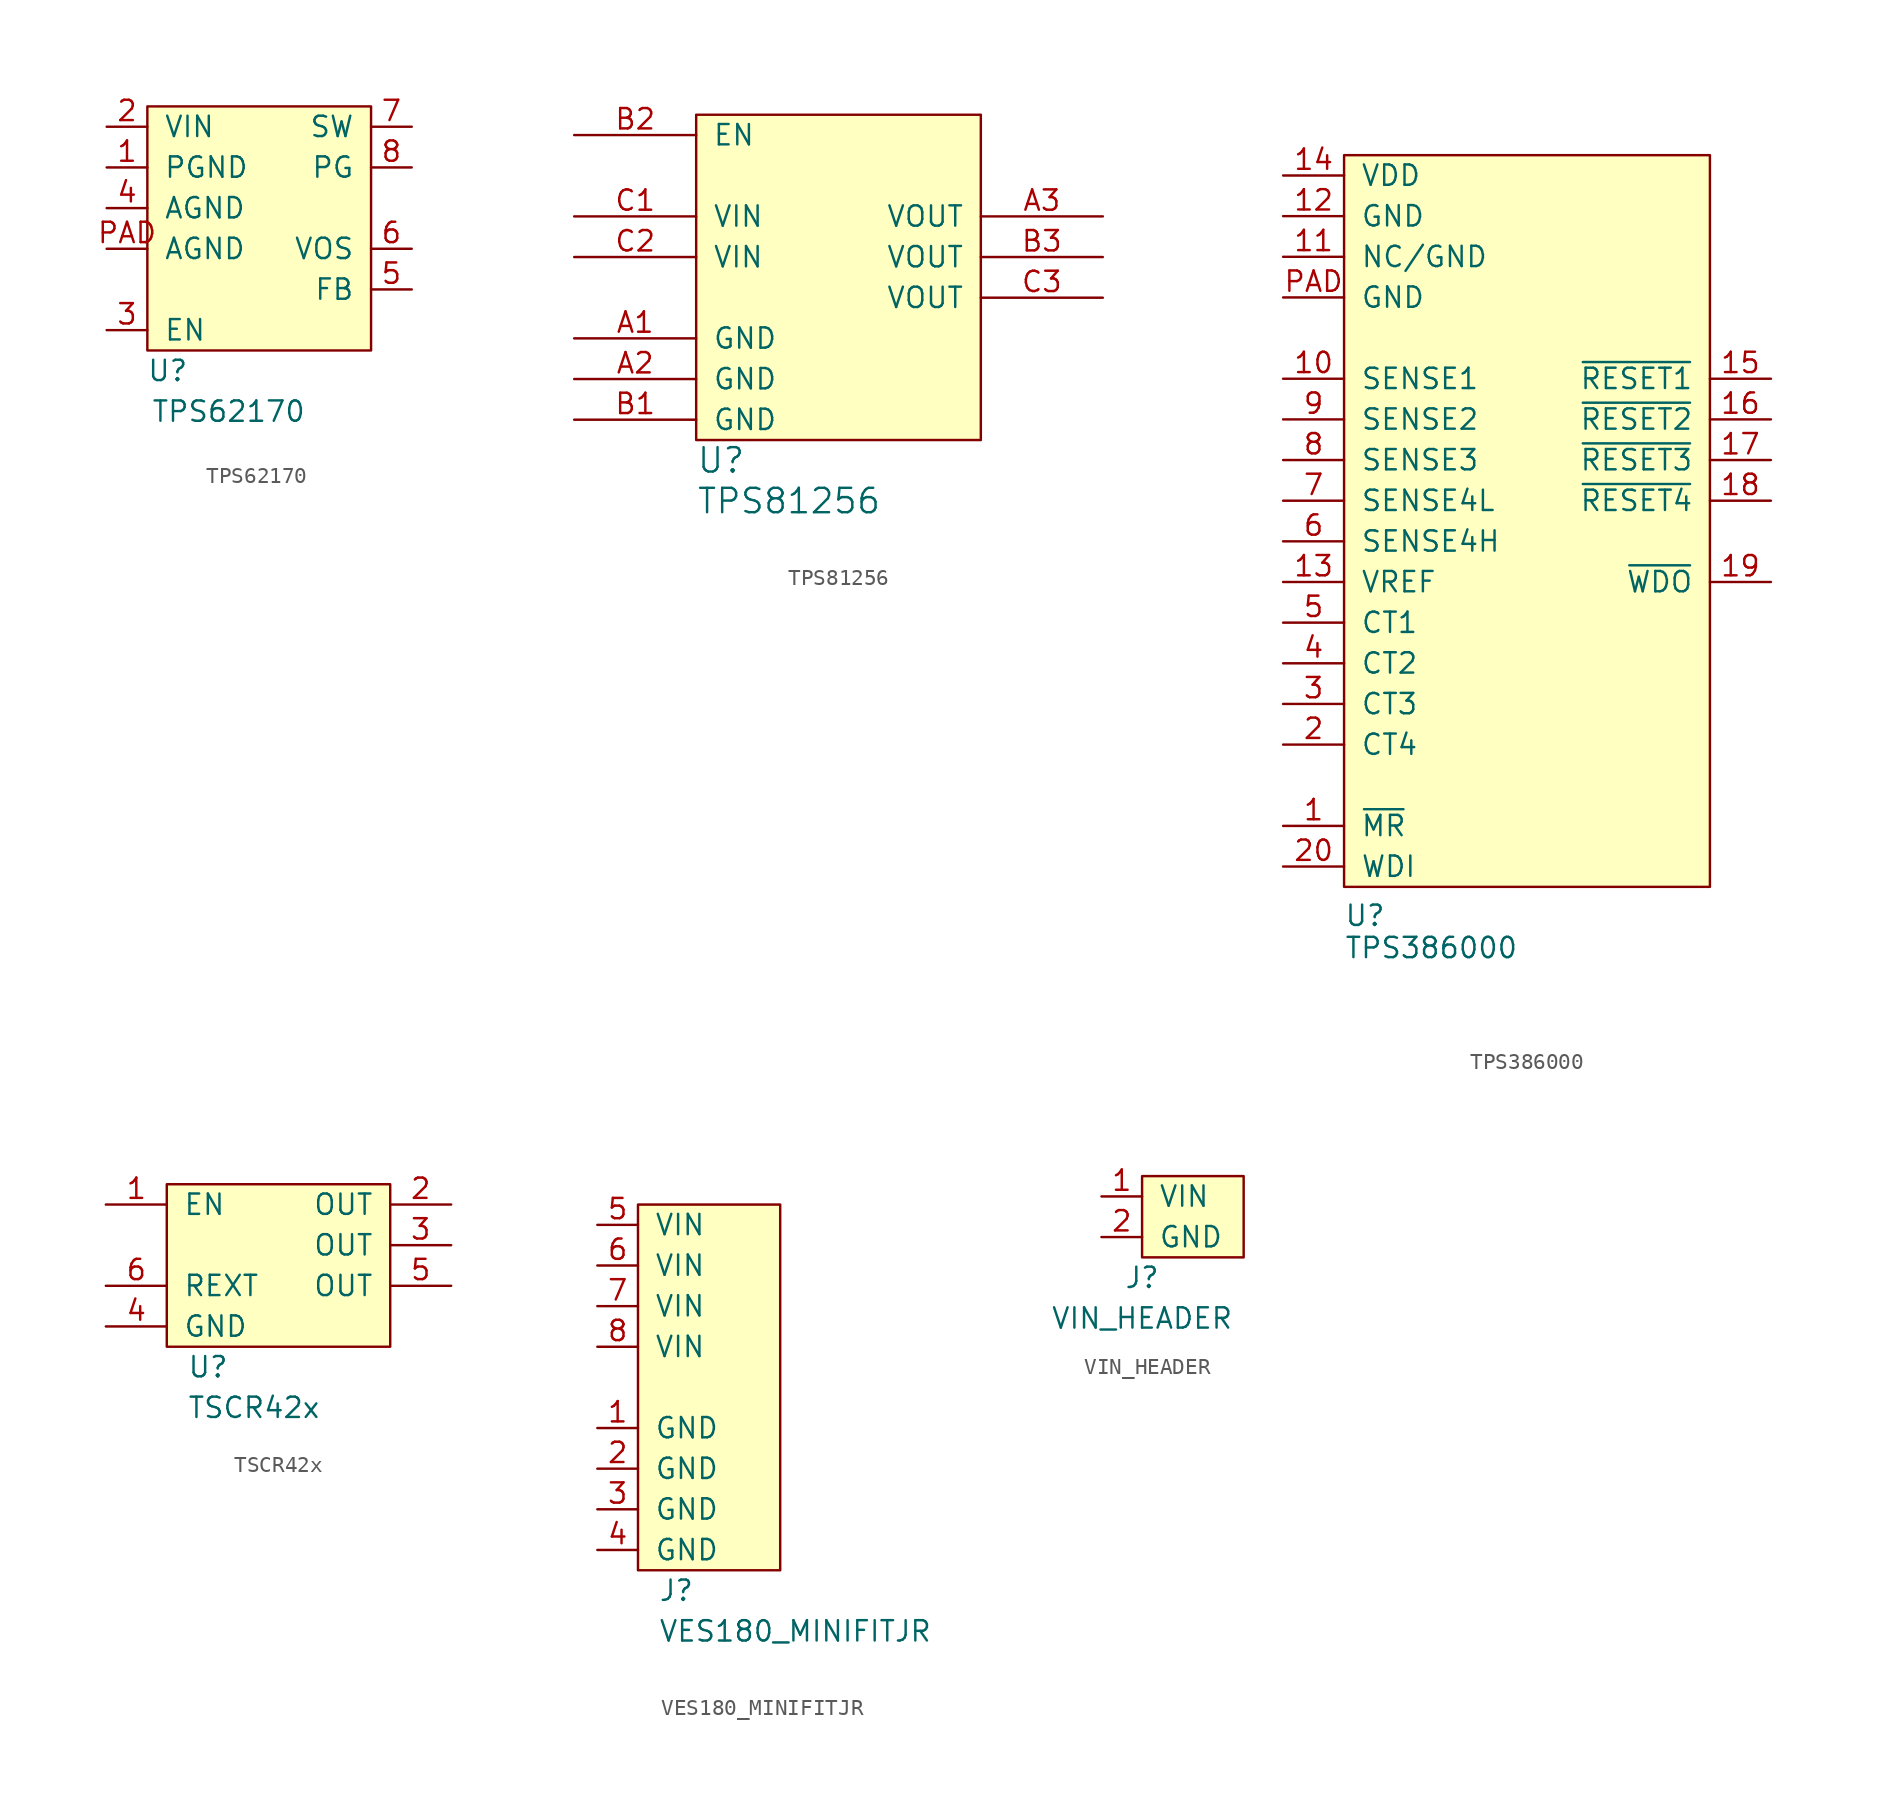
<source format=kicad_sym>
(kicad_symbol_lib
  (version 20231120)
  (generator "kicad_symbol_editor")
  (generator_version "8.0")
  (symbol "TPS62170"
    (pin_names
      (offset 1.016))
    (property "Reference" "U"
      (at 1.27 -1.27 0)
      (effects (font (size 1.27 1.27))))
    (property "Value" "TPS62170"
      (at 5.08 -3.81 0)
      (effects (font (size 1.27 1.27))))
    (symbol "TPS62170_0_1"
      (rectangle (start 0 15.24) (end 13.97 0) (stroke (width 0) (type default)) (fill (type background))))
    (symbol "TPS62170_1_1"
      (pin power_in line (at -2.54 11.43 0) (length 2.54) (name "PGND" (effects (font (size 1.27 1.27)))) (number "1" (effects (font (size 1.27 1.27)))))
      (pin power_in line (at -2.54 13.97 0) (length 2.54) (name "VIN" (effects (font (size 1.27 1.27)))) (number "2" (effects (font (size 1.27 1.27)))))
      (pin input line (at -2.54 1.27 0) (length 2.54) (name "EN" (effects (font (size 1.27 1.27)))) (number "3" (effects (font (size 1.27 1.27)))))
      (pin power_in line (at -2.54 8.89 0) (length 2.54) (name "AGND" (effects (font (size 1.27 1.27)))) (number "4" (effects (font (size 1.27 1.27)))))
      (pin input line (at 16.51 3.81 180) (length 2.54) (name "FB" (effects (font (size 1.27 1.27)))) (number "5" (effects (font (size 1.27 1.27)))))
      (pin input line (at 16.51 6.35 180) (length 2.54) (name "VOS" (effects (font (size 1.27 1.27)))) (number "6" (effects (font (size 1.27 1.27)))))
      (pin output line (at 16.51 13.97 180) (length 2.54) (name "SW" (effects (font (size 1.27 1.27)))) (number "7" (effects (font (size 1.27 1.27)))))
      (pin open_collector line (at 16.51 11.43 180) (length 2.54) (name "PG" (effects (font (size 1.27 1.27)))) (number "8" (effects (font (size 1.27 1.27)))))
      (pin input line (at -2.54 6.35 0) (length 2.54) (name "AGND" (effects (font (size 1.27 1.27)))) (number "PAD" (effects (font (size 1.27 1.27)))))))
  (symbol "TPS81256"
    (pin_names
      (offset 1.016))
    (property "Reference" "U"
      (at 0 -1.27 0)
      (effects (font (size 1.524 1.524)) (justify left)))
    (property "Value" "TPS81256"
      (at 0 -3.81 0)
      (effects (font (size 1.524 1.524)) (justify left)))
    (symbol "TPS81256_0_1"
      (rectangle (start 0 20.32) (end 17.78 0) (stroke (width 0) (type default)) (fill (type background))))
    (symbol "TPS81256_1_1"
      (pin power_in line (at -7.62 6.35 0) (length 7.62) (name "GND" (effects (font (size 1.27 1.27)))) (number "A1" (effects (font (size 1.27 1.27)))))
      (pin power_in line (at -7.62 3.81 0) (length 7.62) (name "GND" (effects (font (size 1.27 1.27)))) (number "A2" (effects (font (size 1.27 1.27)))))
      (pin power_out line (at 25.4 13.97 180) (length 7.62) (name "VOUT" (effects (font (size 1.27 1.27)))) (number "A3" (effects (font (size 1.27 1.27)))))
      (pin power_in line (at -7.62 1.27 0) (length 7.62) (name "GND" (effects (font (size 1.27 1.27)))) (number "B1" (effects (font (size 1.27 1.27)))))
      (pin input line (at -7.62 19.05 0) (length 7.62) (name "EN" (effects (font (size 1.27 1.27)))) (number "B2" (effects (font (size 1.27 1.27)))))
      (pin power_in line (at 25.4 11.43 180) (length 7.62) (name "VOUT" (effects (font (size 1.27 1.27)))) (number "B3" (effects (font (size 1.27 1.27)))))
      (pin power_in line (at -7.62 13.97 0) (length 7.62) (name "VIN" (effects (font (size 1.27 1.27)))) (number "C1" (effects (font (size 1.27 1.27)))))
      (pin power_in line (at -7.62 11.43 0) (length 7.62) (name "VIN" (effects (font (size 1.27 1.27)))) (number "C2" (effects (font (size 1.27 1.27)))))
      (pin power_in line (at 25.4 8.89 180) (length 7.62) (name "VOUT" (effects (font (size 1.27 1.27)))) (number "C3" (effects (font (size 1.27 1.27)))))))
  (symbol "TPS386000"
    (pin_names
      (offset 1.016))
    (property "Reference" "U"
      (at 0 -2.54 0)
      (effects (font (size 1.27 1.27)) (justify left bottom)))
    (property "Value" "TPS386000"
      (at 0 -3.81 0)
      (effects (font (size 1.27 1.27)) (justify left)))
    (symbol "TPS386000_0_1"
      (rectangle (start 0 45.72) (end 22.86 0) (stroke (width 0) (type default)) (fill (type background))))
    (symbol "TPS386000_1_1"
      (pin input line (at -3.81 3.81 0) (length 3.81) (name "~{MR}" (effects (font (size 1.27 1.27)))) (number "1" (effects (font (size 1.27 1.27)))))
      (pin input line (at -3.81 31.75 0) (length 3.81) (name "SENSE1" (effects (font (size 1.27 1.27)))) (number "10" (effects (font (size 1.27 1.27)))))
      (pin power_in line (at -3.81 39.37 0) (length 3.81) (name "NC/GND" (effects (font (size 1.27 1.27)))) (number "11" (effects (font (size 1.27 1.27)))))
      (pin power_in line (at -3.81 41.91 0) (length 3.81) (name "GND" (effects (font (size 1.27 1.27)))) (number "12" (effects (font (size 1.27 1.27)))))
      (pin input line (at -3.81 19.05 0) (length 3.81) (name "VREF" (effects (font (size 1.27 1.27)))) (number "13" (effects (font (size 1.27 1.27)))))
      (pin power_in line (at -3.81 44.45 0) (length 3.81) (name "VDD" (effects (font (size 1.27 1.27)))) (number "14" (effects (font (size 1.27 1.27)))))
      (pin power_out line (at 26.67 31.75 180) (length 3.81) (name "~{RESET1}" (effects (font (size 1.27 1.27)))) (number "15" (effects (font (size 1.27 1.27)))))
      (pin power_out line (at 26.67 29.21 180) (length 3.81) (name "~{RESET2}" (effects (font (size 1.27 1.27)))) (number "16" (effects (font (size 1.27 1.27)))))
      (pin power_out line (at 26.67 26.67 180) (length 3.81) (name "~{RESET3}" (effects (font (size 1.27 1.27)))) (number "17" (effects (font (size 1.27 1.27)))))
      (pin power_out line (at 26.67 24.13 180) (length 3.81) (name "~{RESET4}" (effects (font (size 1.27 1.27)))) (number "18" (effects (font (size 1.27 1.27)))))
      (pin power_out line (at 26.67 19.05 180) (length 3.81) (name "~{WDO}" (effects (font (size 1.27 1.27)))) (number "19" (effects (font (size 1.27 1.27)))))
      (pin input line (at -3.81 8.89 0) (length 3.81) (name "CT4" (effects (font (size 1.27 1.27)))) (number "2" (effects (font (size 1.27 1.27)))))
      (pin input line (at -3.81 1.27 0) (length 3.81) (name "WDI" (effects (font (size 1.27 1.27)))) (number "20" (effects (font (size 1.27 1.27)))))
      (pin input line (at -3.81 11.43 0) (length 3.81) (name "CT3" (effects (font (size 1.27 1.27)))) (number "3" (effects (font (size 1.27 1.27)))))
      (pin input line (at -3.81 13.97 0) (length 3.81) (name "CT2" (effects (font (size 1.27 1.27)))) (number "4" (effects (font (size 1.27 1.27)))))
      (pin input line (at -3.81 16.51 0) (length 3.81) (name "CT1" (effects (font (size 1.27 1.27)))) (number "5" (effects (font (size 1.27 1.27)))))
      (pin input line (at -3.81 21.59 0) (length 3.81) (name "SENSE4H" (effects (font (size 1.27 1.27)))) (number "6" (effects (font (size 1.27 1.27)))))
      (pin input line (at -3.81 24.13 0) (length 3.81) (name "SENSE4L" (effects (font (size 1.27 1.27)))) (number "7" (effects (font (size 1.27 1.27)))))
      (pin input line (at -3.81 26.67 0) (length 3.81) (name "SENSE3" (effects (font (size 1.27 1.27)))) (number "8" (effects (font (size 1.27 1.27)))))
      (pin input line (at -3.81 29.21 0) (length 3.81) (name "SENSE2" (effects (font (size 1.27 1.27)))) (number "9" (effects (font (size 1.27 1.27)))))
      (pin power_in line (at -3.81 36.83 0) (length 3.81) (name "GND" (effects (font (size 1.27 1.27)))) (number "PAD" (effects (font (size 1.27 1.27)))))))
  (symbol "TSCR42x"
    (pin_names
      (offset 1.016))
    (property "Reference" "U"
      (at 1.27 -1.27 0)
      (effects (font (size 1.27 1.27)) (justify left)))
    (property "Value" "TSCR42x"
      (at 1.27 -3.81 0)
      (effects (font (size 1.27 1.27)) (justify left)))
    (symbol "TSCR42x_0_1"
      (rectangle (start 0 10.16) (end 13.97 0) (stroke (width 0) (type default)) (fill (type background))))
    (symbol "TSCR42x_1_1"
      (pin input line (at -3.81 8.89 0) (length 3.81) (name "EN" (effects (font (size 1.27 1.27)))) (number "1" (effects (font (size 1.27 1.27)))))
      (pin power_out line (at 17.78 8.89 180) (length 3.81) (name "OUT" (effects (font (size 1.27 1.27)))) (number "2" (effects (font (size 1.27 1.27)))))
      (pin power_in line (at 17.78 6.35 180) (length 3.81) (name "OUT" (effects (font (size 1.27 1.27)))) (number "3" (effects (font (size 1.27 1.27)))))
      (pin power_in line (at -3.81 1.27 0) (length 3.81) (name "GND" (effects (font (size 1.27 1.27)))) (number "4" (effects (font (size 1.27 1.27)))))
      (pin power_in line (at 17.78 3.81 180) (length 3.81) (name "OUT" (effects (font (size 1.27 1.27)))) (number "5" (effects (font (size 1.27 1.27)))))
      (pin passive line (at -3.81 3.81 0) (length 3.81) (name "REXT" (effects (font (size 1.27 1.27)))) (number "6" (effects (font (size 1.27 1.27)))))))
  (symbol "VES180_MINIFITJR"
    (pin_names
      (offset 1.016))
    (property "Reference" "J"
      (at 1.27 -1.27 0)
      (effects (font (size 1.27 1.27)) (justify left)))
    (property "Value" "VES180_MINIFITJR"
      (at 1.27 -3.81 0)
      (effects (font (size 1.27 1.27)) (justify left)))
    (symbol "VES180_MINIFITJR_0_1"
      (rectangle (start 0 22.86) (end 8.89 0) (stroke (width 0) (type default)) (fill (type background))))
    (symbol "VES180_MINIFITJR_1_1"
      (pin power_out line (at -2.54 8.89 0) (length 2.54) (name "GND" (effects (font (size 1.27 1.27)))) (number "1" (effects (font (size 1.27 1.27)))))
      (pin power_in line (at -2.54 6.35 0) (length 2.54) (name "GND" (effects (font (size 1.27 1.27)))) (number "2" (effects (font (size 1.27 1.27)))))
      (pin power_in line (at -2.54 3.81 0) (length 2.54) (name "GND" (effects (font (size 1.27 1.27)))) (number "3" (effects (font (size 1.27 1.27)))))
      (pin power_in line (at -2.54 1.27 0) (length 2.54) (name "GND" (effects (font (size 1.27 1.27)))) (number "4" (effects (font (size 1.27 1.27)))))
      (pin power_out line (at -2.54 21.59 0) (length 2.54) (name "VIN" (effects (font (size 1.27 1.27)))) (number "5" (effects (font (size 1.27 1.27)))))
      (pin power_in line (at -2.54 19.05 0) (length 2.54) (name "VIN" (effects (font (size 1.27 1.27)))) (number "6" (effects (font (size 1.27 1.27)))))
      (pin power_in line (at -2.54 16.51 0) (length 2.54) (name "VIN" (effects (font (size 1.27 1.27)))) (number "7" (effects (font (size 1.27 1.27)))))
      (pin power_in line (at -2.54 13.97 0) (length 2.54) (name "VIN" (effects (font (size 1.27 1.27)))) (number "8" (effects (font (size 1.27 1.27)))))))
  (symbol "VIN_HEADER"
    (pin_names
      (offset 1.016))
    (property "Reference" "J"
      (at 0 -1.27 0)
      (effects (font (size 1.27 1.27))))
    (property "Value" "VIN_HEADER"
      (at 0 -3.81 0)
      (effects (font (size 1.27 1.27))))
    (symbol "VIN_HEADER_0_1"
      (rectangle (start 0 5.08) (end 6.35 0) (stroke (width 0) (type default)) (fill (type background))))
    (symbol "VIN_HEADER_1_1"
      (pin power_out line (at -2.54 3.81 0) (length 2.54) (name "VIN" (effects (font (size 1.27 1.27)))) (number "1" (effects (font (size 1.27 1.27)))))
      (pin power_in line (at -2.54 1.27 0) (length 2.54) (name "GND" (effects (font (size 1.27 1.27)))) (number "2" (effects (font (size 1.27 1.27))))))))
</source>
